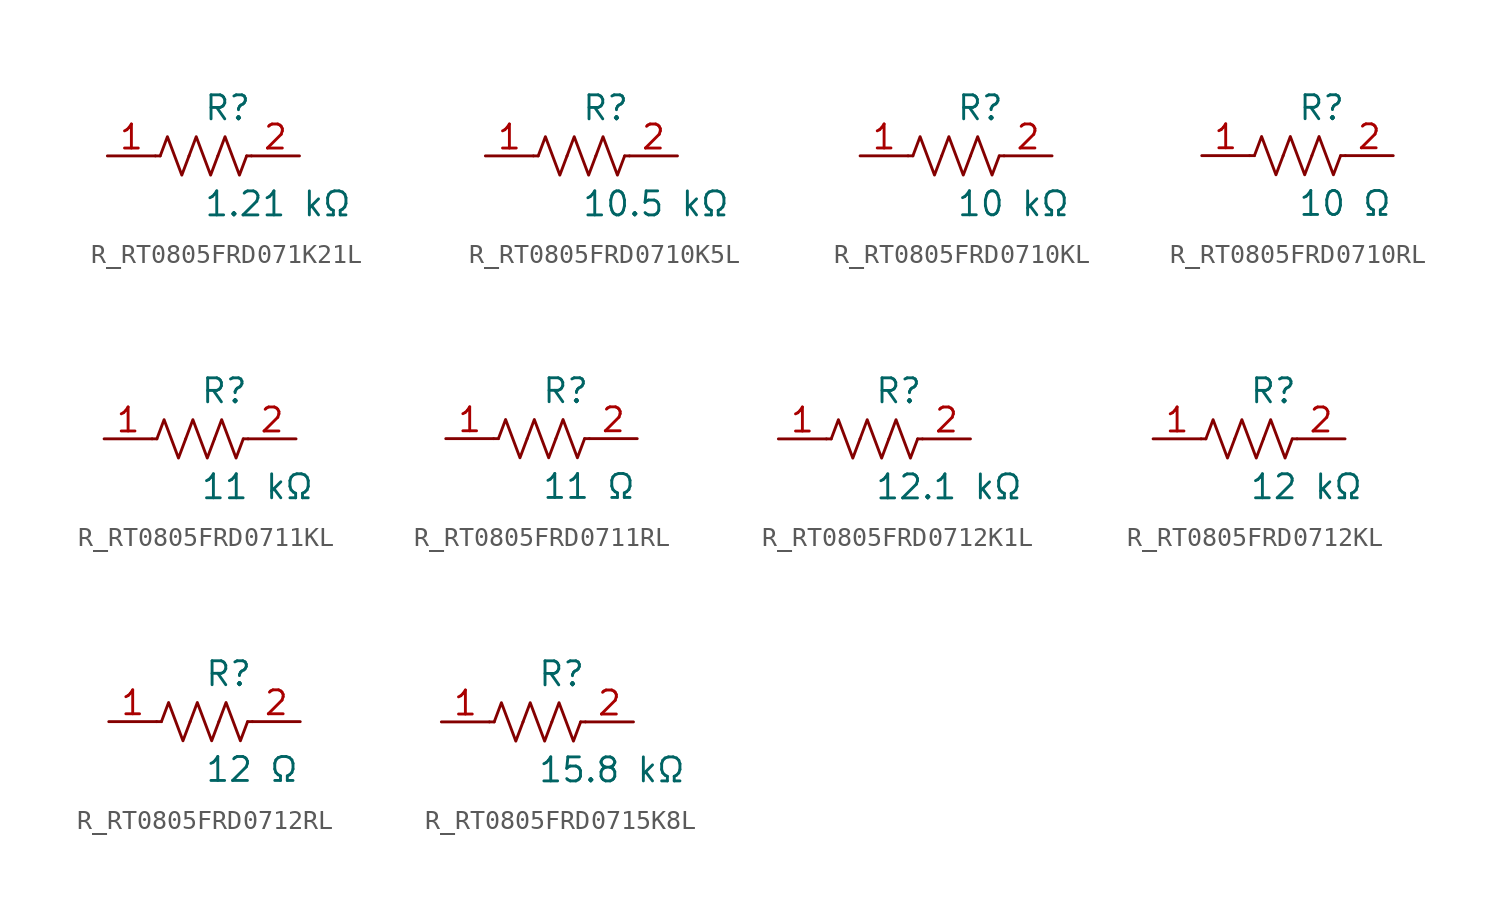
<source format=kicad_sym>
(kicad_symbol_lib
  (version 20231120)
  (generator kicad_symbol_editor)
  (generator_version 8.0)
  (symbol "R_RT0805FRD071K21L"
    (pin_names
      (offset 0.254))
    (property "Reference" "R"
      (at 0 2.54 0)
      (effects (font (size 1.27 1.27)) (justify left)))
    (property "Value" "1.21 kΩ"
      (at 0 -2.54 0)
      (effects (font (size 1.27 1.27)) (justify left)))
    (symbol "R_RT0805FRD071K21L_0_1"
      (polyline (pts (xy 2.286 0) (xy 2.54 0)) (stroke (width 0) (type default)) (fill (type none)))
      (polyline (pts (xy -2.286 0) (xy -2.54 0)) (stroke (width 0) (type default)) (fill (type none)))
      (polyline (pts (xy 0.762 0) (xy 1.143 1.016) (xy 1.524 0) (xy 1.905 -1.016) (xy 2.286 0)) (stroke (width 0) (type default)) (fill (type none)))
      (polyline (pts (xy -0.762 0) (xy -0.381 1.016) (xy 0 0) (xy 0.381 -1.016) (xy 0.762 0)) (stroke (width 0) (type default)) (fill (type none)))
      (polyline (pts (xy -2.286 0) (xy -1.905 1.016) (xy -1.524 0) (xy -1.143 -1.016) (xy -0.762 0)) (stroke (width 0) (type default)) (fill (type none))))
    (pin unspecified line
      (at -5.08 0 0)
      (length 2.54)
      (name "" (effects (font (size 1.27 1.27))))
      (number "1" (effects (font (size 1.27 1.27)))))
    (pin unspecified line
      (at 5.08 0 180)
      (length 2.54)
      (name "" (effects (font (size 1.27 1.27))))
      (number "2" (effects (font (size 1.27 1.27))))))
  (symbol "R_RT0805FRD0710K5L"
    (pin_names
      (offset 0.254))
    (property "Reference" "R"
      (at 0 2.54 0)
      (effects (font (size 1.27 1.27)) (justify left)))
    (property "Value" "10.5 kΩ"
      (at 0 -2.54 0)
      (effects (font (size 1.27 1.27)) (justify left)))
    (symbol "R_RT0805FRD0710K5L_0_1"
      (polyline (pts (xy 2.286 0) (xy 2.54 0)) (stroke (width 0) (type default)) (fill (type none)))
      (polyline (pts (xy -2.286 0) (xy -2.54 0)) (stroke (width 0) (type default)) (fill (type none)))
      (polyline (pts (xy 0.762 0) (xy 1.143 1.016) (xy 1.524 0) (xy 1.905 -1.016) (xy 2.286 0)) (stroke (width 0) (type default)) (fill (type none)))
      (polyline (pts (xy -0.762 0) (xy -0.381 1.016) (xy 0 0) (xy 0.381 -1.016) (xy 0.762 0)) (stroke (width 0) (type default)) (fill (type none)))
      (polyline (pts (xy -2.286 0) (xy -1.905 1.016) (xy -1.524 0) (xy -1.143 -1.016) (xy -0.762 0)) (stroke (width 0) (type default)) (fill (type none))))
    (pin unspecified line
      (at -5.08 0 0)
      (length 2.54)
      (name "" (effects (font (size 1.27 1.27))))
      (number "1" (effects (font (size 1.27 1.27)))))
    (pin unspecified line
      (at 5.08 0 180)
      (length 2.54)
      (name "" (effects (font (size 1.27 1.27))))
      (number "2" (effects (font (size 1.27 1.27))))))
  (symbol "R_RT0805FRD0710KL"
    (pin_names
      (offset 0.254))
    (property "Reference" "R"
      (at 0 2.54 0)
      (effects (font (size 1.27 1.27)) (justify left)))
    (property "Value" "10 kΩ"
      (at 0 -2.54 0)
      (effects (font (size 1.27 1.27)) (justify left)))
    (symbol "R_RT0805FRD0710KL_0_1"
      (polyline (pts (xy 2.286 0) (xy 2.54 0)) (stroke (width 0) (type default)) (fill (type none)))
      (polyline (pts (xy -2.286 0) (xy -2.54 0)) (stroke (width 0) (type default)) (fill (type none)))
      (polyline (pts (xy 0.762 0) (xy 1.143 1.016) (xy 1.524 0) (xy 1.905 -1.016) (xy 2.286 0)) (stroke (width 0) (type default)) (fill (type none)))
      (polyline (pts (xy -0.762 0) (xy -0.381 1.016) (xy 0 0) (xy 0.381 -1.016) (xy 0.762 0)) (stroke (width 0) (type default)) (fill (type none)))
      (polyline (pts (xy -2.286 0) (xy -1.905 1.016) (xy -1.524 0) (xy -1.143 -1.016) (xy -0.762 0)) (stroke (width 0) (type default)) (fill (type none))))
    (pin unspecified line
      (at -5.08 0 0)
      (length 2.54)
      (name "" (effects (font (size 1.27 1.27))))
      (number "1" (effects (font (size 1.27 1.27)))))
    (pin unspecified line
      (at 5.08 0 180)
      (length 2.54)
      (name "" (effects (font (size 1.27 1.27))))
      (number "2" (effects (font (size 1.27 1.27))))))
  (symbol "R_RT0805FRD0710RL"
    (pin_names
      (offset 0.254))
    (property "Reference" "R"
      (at 0 2.54 0)
      (effects (font (size 1.27 1.27)) (justify left)))
    (property "Value" "10 Ω"
      (at 0 -2.54 0)
      (effects (font (size 1.27 1.27)) (justify left)))
    (symbol "R_RT0805FRD0710RL_0_1"
      (polyline (pts (xy 2.286 0) (xy 2.54 0)) (stroke (width 0) (type default)) (fill (type none)))
      (polyline (pts (xy -2.286 0) (xy -2.54 0)) (stroke (width 0) (type default)) (fill (type none)))
      (polyline (pts (xy 0.762 0) (xy 1.143 1.016) (xy 1.524 0) (xy 1.905 -1.016) (xy 2.286 0)) (stroke (width 0) (type default)) (fill (type none)))
      (polyline (pts (xy -0.762 0) (xy -0.381 1.016) (xy 0 0) (xy 0.381 -1.016) (xy 0.762 0)) (stroke (width 0) (type default)) (fill (type none)))
      (polyline (pts (xy -2.286 0) (xy -1.905 1.016) (xy -1.524 0) (xy -1.143 -1.016) (xy -0.762 0)) (stroke (width 0) (type default)) (fill (type none))))
    (pin unspecified line
      (at -5.08 0 0)
      (length 2.54)
      (name "" (effects (font (size 1.27 1.27))))
      (number "1" (effects (font (size 1.27 1.27)))))
    (pin unspecified line
      (at 5.08 0 180)
      (length 2.54)
      (name "" (effects (font (size 1.27 1.27))))
      (number "2" (effects (font (size 1.27 1.27))))))
  (symbol "R_RT0805FRD0711KL"
    (pin_names
      (offset 0.254))
    (property "Reference" "R"
      (at 0 2.54 0)
      (effects (font (size 1.27 1.27)) (justify left)))
    (property "Value" "11 kΩ"
      (at 0 -2.54 0)
      (effects (font (size 1.27 1.27)) (justify left)))
    (symbol "R_RT0805FRD0711KL_0_1"
      (polyline (pts (xy 2.286 0) (xy 2.54 0)) (stroke (width 0) (type default)) (fill (type none)))
      (polyline (pts (xy -2.286 0) (xy -2.54 0)) (stroke (width 0) (type default)) (fill (type none)))
      (polyline (pts (xy 0.762 0) (xy 1.143 1.016) (xy 1.524 0) (xy 1.905 -1.016) (xy 2.286 0)) (stroke (width 0) (type default)) (fill (type none)))
      (polyline (pts (xy -0.762 0) (xy -0.381 1.016) (xy 0 0) (xy 0.381 -1.016) (xy 0.762 0)) (stroke (width 0) (type default)) (fill (type none)))
      (polyline (pts (xy -2.286 0) (xy -1.905 1.016) (xy -1.524 0) (xy -1.143 -1.016) (xy -0.762 0)) (stroke (width 0) (type default)) (fill (type none))))
    (pin unspecified line
      (at -5.08 0 0)
      (length 2.54)
      (name "" (effects (font (size 1.27 1.27))))
      (number "1" (effects (font (size 1.27 1.27)))))
    (pin unspecified line
      (at 5.08 0 180)
      (length 2.54)
      (name "" (effects (font (size 1.27 1.27))))
      (number "2" (effects (font (size 1.27 1.27))))))
  (symbol "R_RT0805FRD0711RL"
    (pin_names
      (offset 0.254))
    (property "Reference" "R"
      (at 0 2.54 0)
      (effects (font (size 1.27 1.27)) (justify left)))
    (property "Value" "11 Ω"
      (at 0 -2.54 0)
      (effects (font (size 1.27 1.27)) (justify left)))
    (symbol "R_RT0805FRD0711RL_0_1"
      (polyline (pts (xy 2.286 0) (xy 2.54 0)) (stroke (width 0) (type default)) (fill (type none)))
      (polyline (pts (xy -2.286 0) (xy -2.54 0)) (stroke (width 0) (type default)) (fill (type none)))
      (polyline (pts (xy 0.762 0) (xy 1.143 1.016) (xy 1.524 0) (xy 1.905 -1.016) (xy 2.286 0)) (stroke (width 0) (type default)) (fill (type none)))
      (polyline (pts (xy -0.762 0) (xy -0.381 1.016) (xy 0 0) (xy 0.381 -1.016) (xy 0.762 0)) (stroke (width 0) (type default)) (fill (type none)))
      (polyline (pts (xy -2.286 0) (xy -1.905 1.016) (xy -1.524 0) (xy -1.143 -1.016) (xy -0.762 0)) (stroke (width 0) (type default)) (fill (type none))))
    (pin unspecified line
      (at -5.08 0 0)
      (length 2.54)
      (name "" (effects (font (size 1.27 1.27))))
      (number "1" (effects (font (size 1.27 1.27)))))
    (pin unspecified line
      (at 5.08 0 180)
      (length 2.54)
      (name "" (effects (font (size 1.27 1.27))))
      (number "2" (effects (font (size 1.27 1.27))))))
  (symbol "R_RT0805FRD0712K1L"
    (pin_names
      (offset 0.254))
    (property "Reference" "R"
      (at 0 2.54 0)
      (effects (font (size 1.27 1.27)) (justify left)))
    (property "Value" "12.1 kΩ"
      (at 0 -2.54 0)
      (effects (font (size 1.27 1.27)) (justify left)))
    (symbol "R_RT0805FRD0712K1L_0_1"
      (polyline (pts (xy 2.286 0) (xy 2.54 0)) (stroke (width 0) (type default)) (fill (type none)))
      (polyline (pts (xy -2.286 0) (xy -2.54 0)) (stroke (width 0) (type default)) (fill (type none)))
      (polyline (pts (xy 0.762 0) (xy 1.143 1.016) (xy 1.524 0) (xy 1.905 -1.016) (xy 2.286 0)) (stroke (width 0) (type default)) (fill (type none)))
      (polyline (pts (xy -0.762 0) (xy -0.381 1.016) (xy 0 0) (xy 0.381 -1.016) (xy 0.762 0)) (stroke (width 0) (type default)) (fill (type none)))
      (polyline (pts (xy -2.286 0) (xy -1.905 1.016) (xy -1.524 0) (xy -1.143 -1.016) (xy -0.762 0)) (stroke (width 0) (type default)) (fill (type none))))
    (pin unspecified line
      (at -5.08 0 0)
      (length 2.54)
      (name "" (effects (font (size 1.27 1.27))))
      (number "1" (effects (font (size 1.27 1.27)))))
    (pin unspecified line
      (at 5.08 0 180)
      (length 2.54)
      (name "" (effects (font (size 1.27 1.27))))
      (number "2" (effects (font (size 1.27 1.27))))))
  (symbol "R_RT0805FRD0712KL"
    (pin_names
      (offset 0.254))
    (property "Reference" "R"
      (at 0 2.54 0)
      (effects (font (size 1.27 1.27)) (justify left)))
    (property "Value" "12 kΩ"
      (at 0 -2.54 0)
      (effects (font (size 1.27 1.27)) (justify left)))
    (symbol "R_RT0805FRD0712KL_0_1"
      (polyline (pts (xy 2.286 0) (xy 2.54 0)) (stroke (width 0) (type default)) (fill (type none)))
      (polyline (pts (xy -2.286 0) (xy -2.54 0)) (stroke (width 0) (type default)) (fill (type none)))
      (polyline (pts (xy 0.762 0) (xy 1.143 1.016) (xy 1.524 0) (xy 1.905 -1.016) (xy 2.286 0)) (stroke (width 0) (type default)) (fill (type none)))
      (polyline (pts (xy -0.762 0) (xy -0.381 1.016) (xy 0 0) (xy 0.381 -1.016) (xy 0.762 0)) (stroke (width 0) (type default)) (fill (type none)))
      (polyline (pts (xy -2.286 0) (xy -1.905 1.016) (xy -1.524 0) (xy -1.143 -1.016) (xy -0.762 0)) (stroke (width 0) (type default)) (fill (type none))))
    (pin unspecified line
      (at -5.08 0 0)
      (length 2.54)
      (name "" (effects (font (size 1.27 1.27))))
      (number "1" (effects (font (size 1.27 1.27)))))
    (pin unspecified line
      (at 5.08 0 180)
      (length 2.54)
      (name "" (effects (font (size 1.27 1.27))))
      (number "2" (effects (font (size 1.27 1.27))))))
  (symbol "R_RT0805FRD0712RL"
    (pin_names
      (offset 0.254))
    (property "Reference" "R"
      (at 0 2.54 0)
      (effects (font (size 1.27 1.27)) (justify left)))
    (property "Value" "12 Ω"
      (at 0 -2.54 0)
      (effects (font (size 1.27 1.27)) (justify left)))
    (symbol "R_RT0805FRD0712RL_0_1"
      (polyline (pts (xy 2.286 0) (xy 2.54 0)) (stroke (width 0) (type default)) (fill (type none)))
      (polyline (pts (xy -2.286 0) (xy -2.54 0)) (stroke (width 0) (type default)) (fill (type none)))
      (polyline (pts (xy 0.762 0) (xy 1.143 1.016) (xy 1.524 0) (xy 1.905 -1.016) (xy 2.286 0)) (stroke (width 0) (type default)) (fill (type none)))
      (polyline (pts (xy -0.762 0) (xy -0.381 1.016) (xy 0 0) (xy 0.381 -1.016) (xy 0.762 0)) (stroke (width 0) (type default)) (fill (type none)))
      (polyline (pts (xy -2.286 0) (xy -1.905 1.016) (xy -1.524 0) (xy -1.143 -1.016) (xy -0.762 0)) (stroke (width 0) (type default)) (fill (type none))))
    (pin unspecified line
      (at -5.08 0 0)
      (length 2.54)
      (name "" (effects (font (size 1.27 1.27))))
      (number "1" (effects (font (size 1.27 1.27)))))
    (pin unspecified line
      (at 5.08 0 180)
      (length 2.54)
      (name "" (effects (font (size 1.27 1.27))))
      (number "2" (effects (font (size 1.27 1.27))))))
  (symbol "R_RT0805FRD0715K8L"
    (pin_names
      (offset 0.254))
    (property "Reference" "R"
      (at 0 2.54 0)
      (effects (font (size 1.27 1.27)) (justify left)))
    (property "Value" "15.8 kΩ"
      (at 0 -2.54 0)
      (effects (font (size 1.27 1.27)) (justify left)))
    (symbol "R_RT0805FRD0715K8L_0_1"
      (polyline (pts (xy 2.286 0) (xy 2.54 0)) (stroke (width 0) (type default)) (fill (type none)))
      (polyline (pts (xy -2.286 0) (xy -2.54 0)) (stroke (width 0) (type default)) (fill (type none)))
      (polyline (pts (xy 0.762 0) (xy 1.143 1.016) (xy 1.524 0) (xy 1.905 -1.016) (xy 2.286 0)) (stroke (width 0) (type default)) (fill (type none)))
      (polyline (pts (xy -0.762 0) (xy -0.381 1.016) (xy 0 0) (xy 0.381 -1.016) (xy 0.762 0)) (stroke (width 0) (type default)) (fill (type none)))
      (polyline (pts (xy -2.286 0) (xy -1.905 1.016) (xy -1.524 0) (xy -1.143 -1.016) (xy -0.762 0)) (stroke (width 0) (type default)) (fill (type none))))
    (pin unspecified line
      (at -5.08 0 0)
      (length 2.54)
      (name "" (effects (font (size 1.27 1.27))))
      (number "1" (effects (font (size 1.27 1.27)))))
    (pin unspecified line
      (at 5.08 0 180)
      (length 2.54)
      (name "" (effects (font (size 1.27 1.27))))
      (number "2" (effects (font (size 1.27 1.27)))))))
</source>
